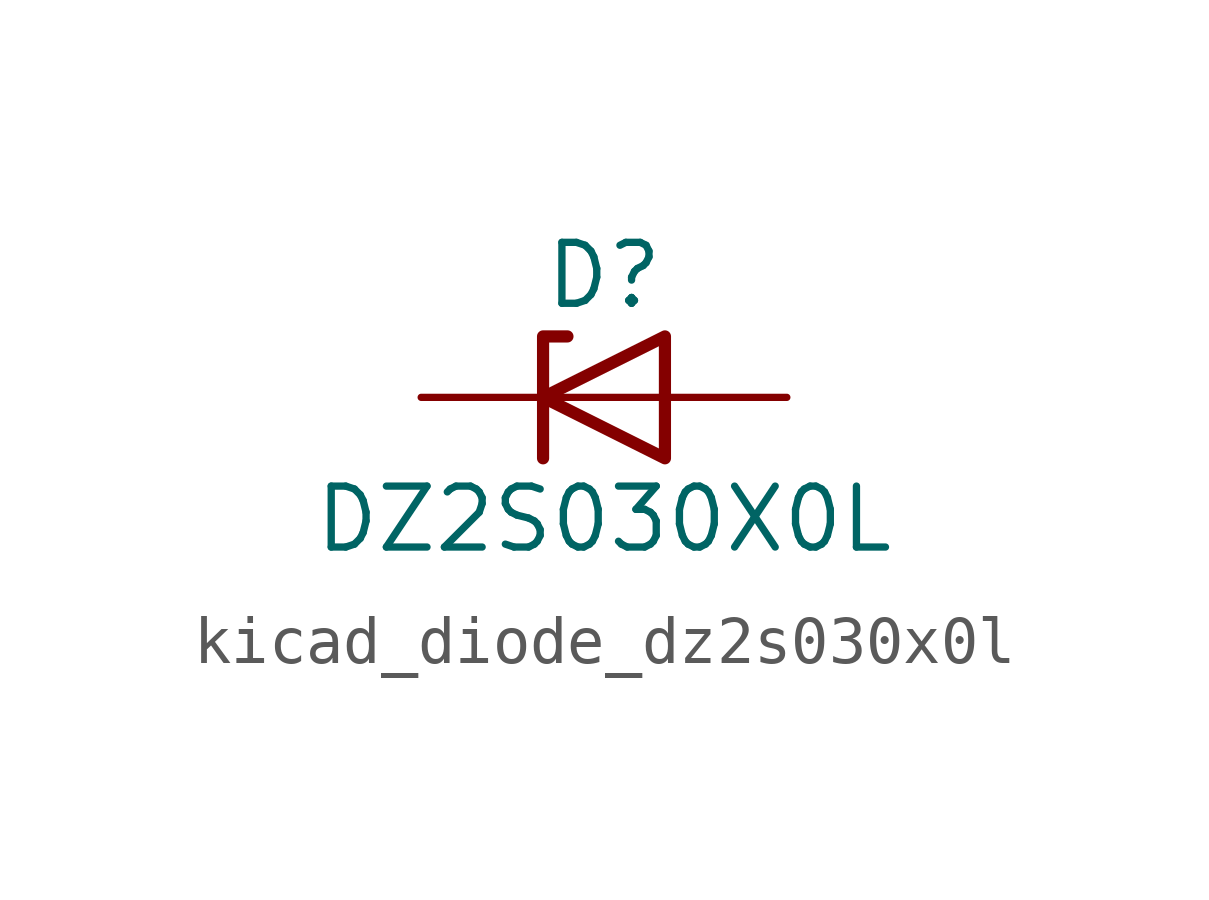
<source format=kicad_sym>
(kicad_symbol_lib
  (version 20220914)
  (generator kicad_symbol_editor)
  (symbol "kicad_diode_dz2s030x0l"
    (pin_numbers hide)
    (pin_names hide)
    (property "Reference" "D"
      (at 0 2.54 0)
      (effects (font (size 1.27 1.27))))
    (property "Value" "DZ2S030X0L"
      (at 0 -2.54 0)
      (effects (font (size 1.27 1.27))))
    (symbol "kicad_diode_dz2s030x0l_0_1"
      (polyline (pts (xy 1.27 0) (xy -1.27 0)) (stroke (width 0) (type default)) (fill (type none)))
      (polyline (pts (xy -1.27 -1.27) (xy -1.27 1.27) (xy -0.762 1.27)) (stroke (width 0.254) (type default)) (fill (type none)))
      (polyline (pts (xy 1.27 -1.27) (xy 1.27 1.27) (xy -1.27 0) (xy 1.27 -1.27)) (stroke (width 0.254) (type default)) (fill (type none))))
    (symbol "kicad_diode_dz2s030x0l_1_1"
      (pin passive line (at -3.81 0 0) (length 2.54) (name "K" (effects (font (size 1.27 1.27)))) (number "1" (effects (font (size 1.27 1.27)))))
      (pin passive line (at 3.81 0 180) (length 2.54) (name "A" (effects (font (size 1.27 1.27)))) (number "2" (effects (font (size 1.27 1.27))))))))
</source>
